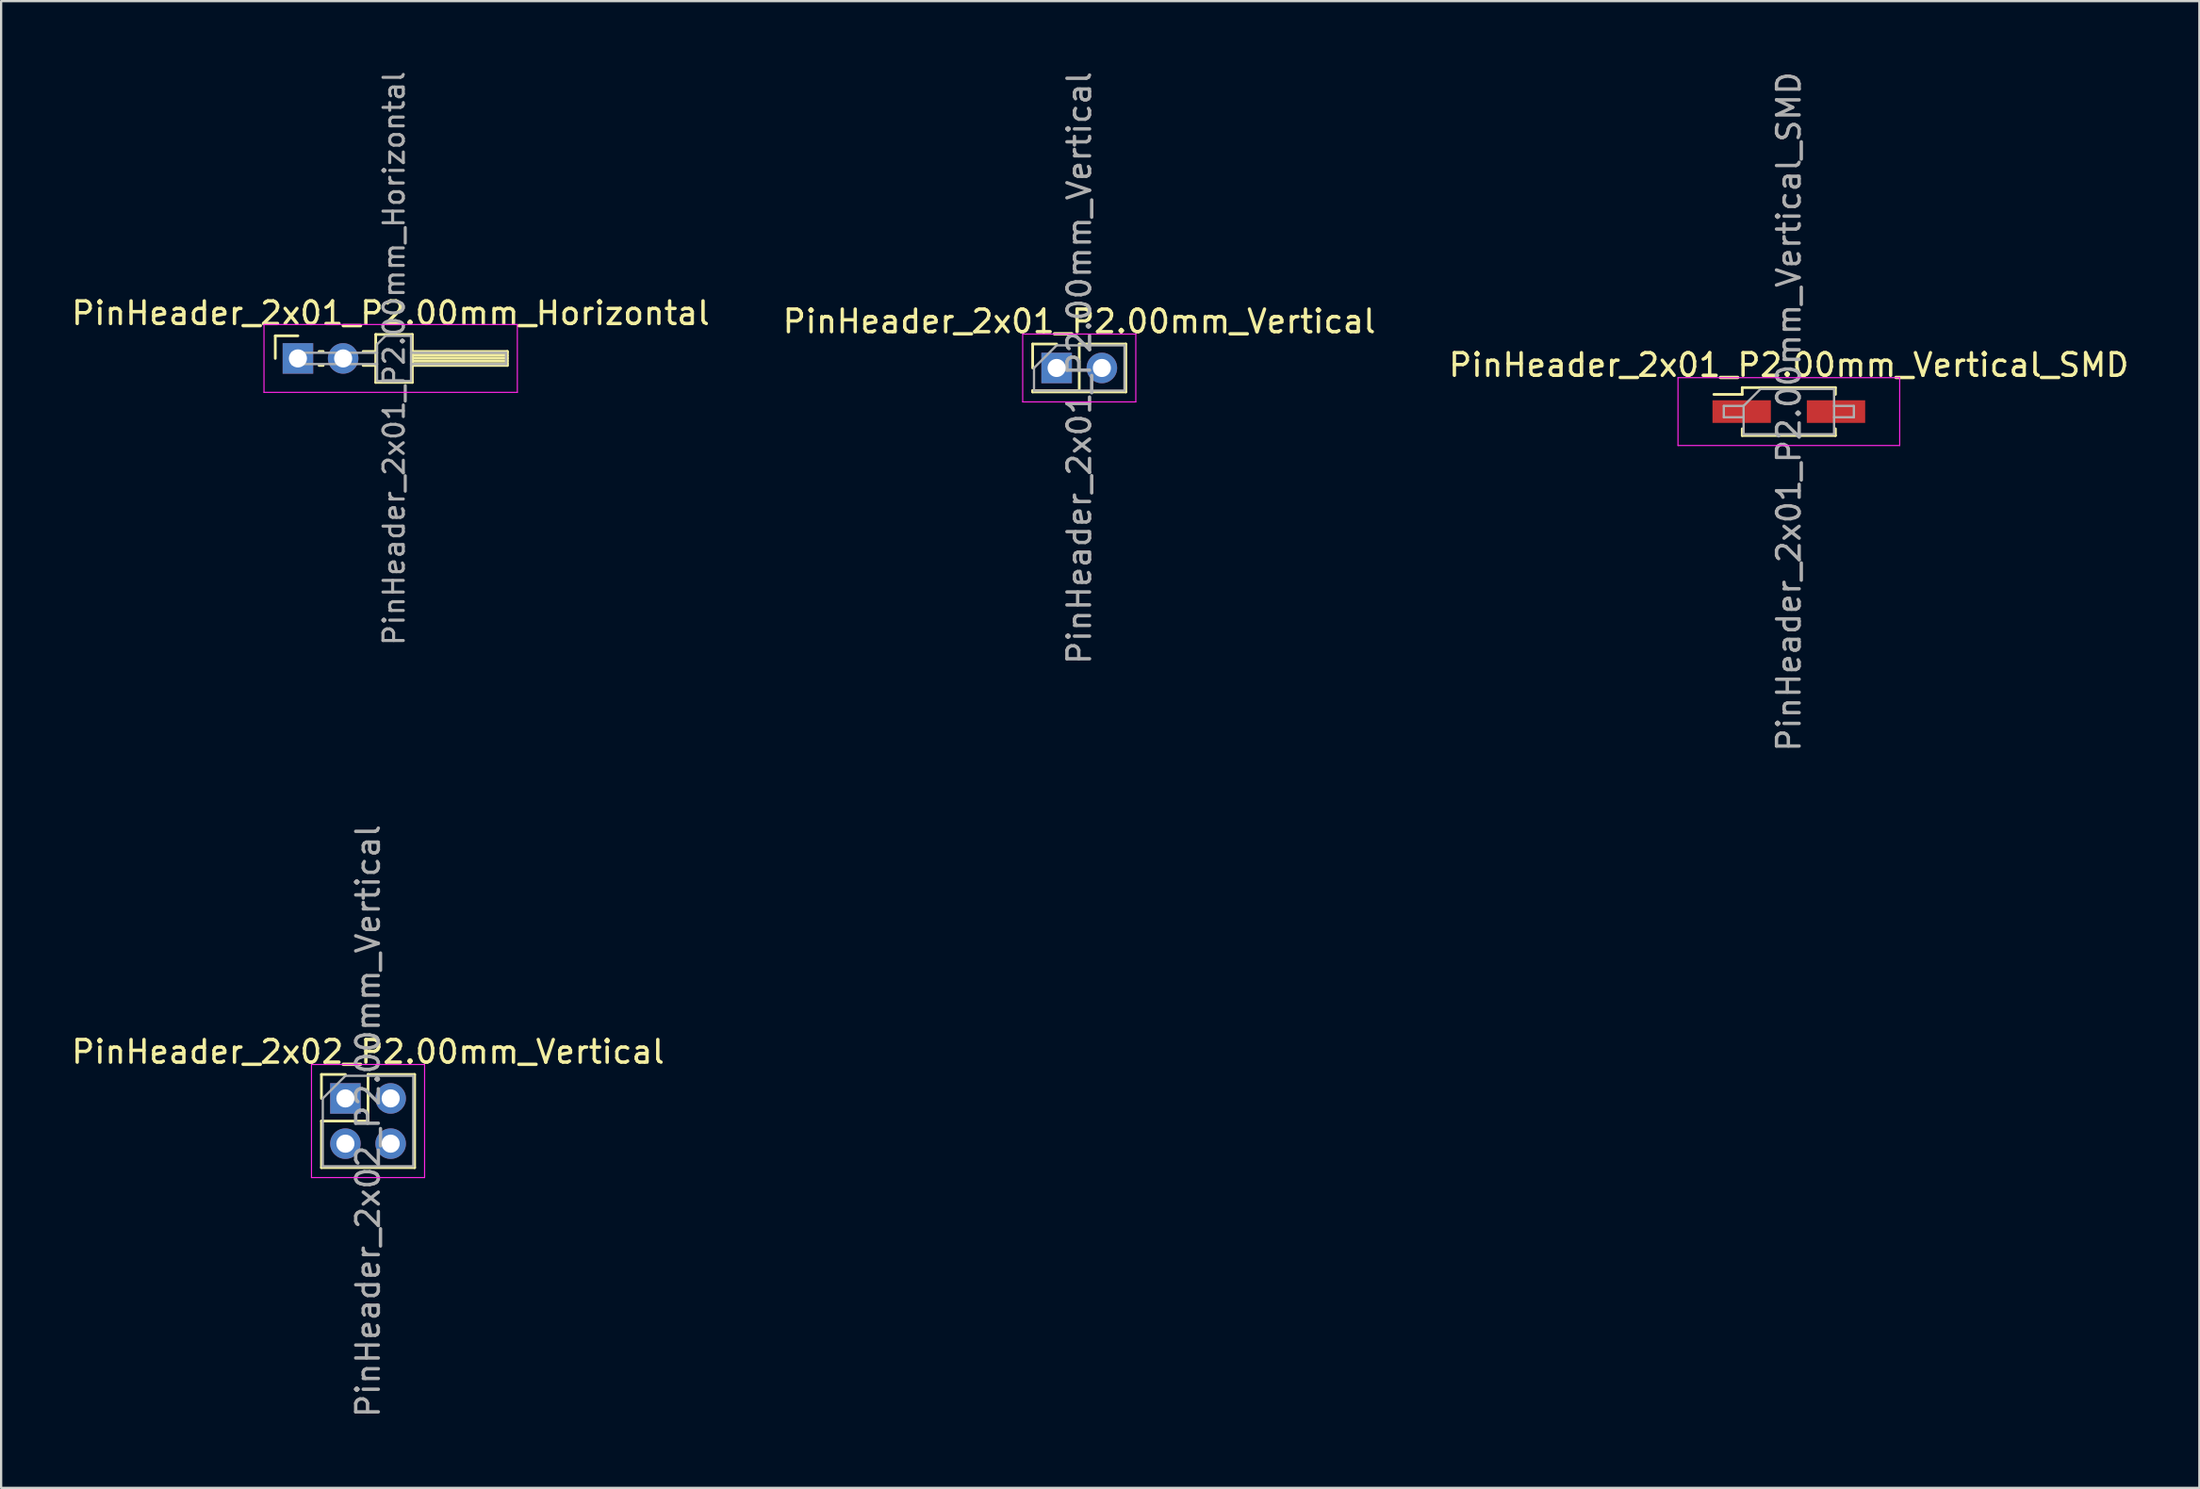
<source format=kicad_pcb>
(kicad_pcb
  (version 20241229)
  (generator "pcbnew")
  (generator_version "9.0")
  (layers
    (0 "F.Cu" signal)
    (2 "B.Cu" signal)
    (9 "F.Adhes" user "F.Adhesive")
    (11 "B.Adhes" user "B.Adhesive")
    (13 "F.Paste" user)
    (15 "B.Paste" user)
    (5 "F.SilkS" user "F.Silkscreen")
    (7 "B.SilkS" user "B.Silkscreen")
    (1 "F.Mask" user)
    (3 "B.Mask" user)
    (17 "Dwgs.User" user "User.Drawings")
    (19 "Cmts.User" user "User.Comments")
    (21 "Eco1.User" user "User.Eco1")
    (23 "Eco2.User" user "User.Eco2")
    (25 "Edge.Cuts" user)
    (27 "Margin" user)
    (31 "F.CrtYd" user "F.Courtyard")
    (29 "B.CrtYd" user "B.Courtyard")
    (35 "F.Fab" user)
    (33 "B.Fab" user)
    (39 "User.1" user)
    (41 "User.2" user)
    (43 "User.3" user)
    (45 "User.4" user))
  (footprint "PinHeader_2x01_P2.00mm_Horizontal"
    (layer "F.Cu")
    (at 10.12 12.798)
    (property "Reference" "PinHeader_2x01_P2.00mm_Horizontal" (at 4.1 -2 0) (layer "F.SilkS") (effects (font (size 1 1) (thickness 0.15))))
    (attr through_hole)
    (fp_line (start -1 -1) (end 0 -1) (stroke (width 0.12) (type solid)) (layer "F.SilkS"))
    (fp_line (start -1 0) (end -1 -1) (stroke (width 0.12) (type solid)) (layer "F.SilkS"))
    (fp_line (start 0.935 -0.31) (end 1.118 -0.31) (stroke (width 0.12) (type solid)) (layer "F.SilkS"))
    (fp_line (start 0.935 0.31) (end 1.118 0.31) (stroke (width 0.12) (type solid)) (layer "F.SilkS"))
    (fp_line (start 2.882 -0.31) (end 3.44 -0.31) (stroke (width 0.12) (type solid)) (layer "F.SilkS"))
    (fp_line (start 2.882 0.31) (end 3.44 0.31) (stroke (width 0.12) (type solid)) (layer "F.SilkS"))
    (fp_line (start 3.44 -1.06) (end 3.44 1.06) (stroke (width 0.12) (type solid)) (layer "F.SilkS"))
    (fp_line (start 3.44 1.06) (end 5.06 1.06) (stroke (width 0.12) (type solid)) (layer "F.SilkS"))
    (fp_line (start 5.06 -1.06) (end 3.44 -1.06) (stroke (width 0.12) (type solid)) (layer "F.SilkS"))
    (fp_line (start 5.06 -0.31) (end 9.26 -0.31) (stroke (width 0.12) (type solid)) (layer "F.SilkS"))
    (fp_line (start 5.06 -0.25) (end 9.26 -0.25) (stroke (width 0.12) (type solid)) (layer "F.SilkS"))
    (fp_line (start 5.06 -0.13) (end 9.26 -0.13) (stroke (width 0.12) (type solid)) (layer "F.SilkS"))
    (fp_line (start 5.06 -0.01) (end 9.26 -0.01) (stroke (width 0.12) (type solid)) (layer "F.SilkS"))
    (fp_line (start 5.06 0.11) (end 9.26 0.11) (stroke (width 0.12) (type solid)) (layer "F.SilkS"))
    (fp_line (start 5.06 0.23) (end 9.26 0.23) (stroke (width 0.12) (type solid)) (layer "F.SilkS"))
    (fp_line (start 5.06 1.06) (end 5.06 -1.06) (stroke (width 0.12) (type solid)) (layer "F.SilkS"))
    (fp_line (start 9.26 -0.31) (end 9.26 0.31) (stroke (width 0.12) (type solid)) (layer "F.SilkS"))
    (fp_line (start 9.26 0.31) (end 5.06 0.31) (stroke (width 0.12) (type solid)) (layer "F.SilkS"))
    (fp_line (start -1.5 -1.5) (end -1.5 1.5) (stroke (width 0.05) (type solid)) (layer "F.CrtYd"))
    (fp_line (start -1.5 1.5) (end 9.7 1.5) (stroke (width 0.05) (type solid)) (layer "F.CrtYd"))
    (fp_line (start 9.7 -1.5) (end -1.5 -1.5) (stroke (width 0.05) (type solid)) (layer "F.CrtYd"))
    (fp_line (start 9.7 1.5) (end 9.7 -1.5) (stroke (width 0.05) (type solid)) (layer "F.CrtYd"))
    (fp_line (start -0.25 -0.25) (end -0.25 0.25) (stroke (width 0.1) (type solid)) (layer "F.Fab"))
    (fp_line (start -0.25 -0.25) (end 3.5 -0.25) (stroke (width 0.1) (type solid)) (layer "F.Fab"))
    (fp_line (start -0.25 0.25) (end 3.5 0.25) (stroke (width 0.1) (type solid)) (layer "F.Fab"))
    (fp_line (start 3.5 -0.625) (end 3.875 -1) (stroke (width 0.1) (type solid)) (layer "F.Fab"))
    (fp_line (start 3.5 1) (end 3.5 -0.625) (stroke (width 0.1) (type solid)) (layer "F.Fab"))
    (fp_line (start 3.875 -1) (end 5 -1) (stroke (width 0.1) (type solid)) (layer "F.Fab"))
    (fp_line (start 5 -1) (end 5 1) (stroke (width 0.1) (type solid)) (layer "F.Fab"))
    (fp_line (start 5 -0.25) (end 9.2 -0.25) (stroke (width 0.1) (type solid)) (layer "F.Fab"))
    (fp_line (start 5 0.25) (end 9.2 0.25) (stroke (width 0.1) (type solid)) (layer "F.Fab"))
    (fp_line (start 5 1) (end 3.5 1) (stroke (width 0.1) (type solid)) (layer "F.Fab"))
    (fp_line (start 9.2 -0.25) (end 9.2 0.25) (stroke (width 0.1) (type solid)) (layer "F.Fab"))
    (fp_text user "${REFERENCE}" (at 4.25 0 90) (layer "F.Fab") (effects (font (size 0.9 0.9) (thickness 0.135))))
    (pad "1" thru_hole rect (at 0 0) (size 1.35 1.35) (drill 0.8) (layers "*.Cu" "*.Mask"))
    (pad "2" thru_hole oval (at 2 0) (size 1.35 1.35) (drill 0.8) (layers "*.Cu" "*.Mask")))
  (footprint "PinHeader_2x01_P2.00mm_Vertical_SMD"
    (layer "F.Cu")
    (at 76.03 15.149)
    (property "Reference" "PinHeader_2x01_P2.00mm_Vertical_SMD" (at 0 -2.06 0) (layer "F.SilkS") (effects (font (size 1 1) (thickness 0.15))))
    (attr smd)
    (fp_line (start -3.315 -0.76) (end -2.06 -0.76) (stroke (width 0.12) (type solid)) (layer "F.SilkS"))
    (fp_line (start -2.06 -1.06) (end -2.06 -0.76) (stroke (width 0.12) (type solid)) (layer "F.SilkS"))
    (fp_line (start -2.06 -1.06) (end 2.06 -1.06) (stroke (width 0.12) (type solid)) (layer "F.SilkS"))
    (fp_line (start -2.06 0.76) (end -2.06 1.06) (stroke (width 0.12) (type solid)) (layer "F.SilkS"))
    (fp_line (start -2.06 1.06) (end 2.06 1.06) (stroke (width 0.12) (type solid)) (layer "F.SilkS"))
    (fp_line (start 2.06 -1.06) (end 2.06 -0.76) (stroke (width 0.12) (type solid)) (layer "F.SilkS"))
    (fp_line (start 2.06 0.76) (end 2.06 1.06) (stroke (width 0.12) (type solid)) (layer "F.SilkS"))
    (fp_line (start -4.9 -1.5) (end -4.9 1.5) (stroke (width 0.05) (type solid)) (layer "F.CrtYd"))
    (fp_line (start -4.9 1.5) (end 4.9 1.5) (stroke (width 0.05) (type solid)) (layer "F.CrtYd"))
    (fp_line (start 4.9 -1.5) (end -4.9 -1.5) (stroke (width 0.05) (type solid)) (layer "F.CrtYd"))
    (fp_line (start 4.9 1.5) (end 4.9 -1.5) (stroke (width 0.05) (type solid)) (layer "F.CrtYd"))
    (fp_line (start -2.875 -0.25) (end -2.875 0.25) (stroke (width 0.1) (type solid)) (layer "F.Fab"))
    (fp_line (start -2.875 0.25) (end -2 0.25) (stroke (width 0.1) (type solid)) (layer "F.Fab"))
    (fp_line (start -2 -0.25) (end -2.875 -0.25) (stroke (width 0.1) (type solid)) (layer "F.Fab"))
    (fp_line (start -2 -0.25) (end -1.25 -1) (stroke (width 0.1) (type solid)) (layer "F.Fab"))
    (fp_line (start -2 1) (end -2 -0.25) (stroke (width 0.1) (type solid)) (layer "F.Fab"))
    (fp_line (start -1.25 -1) (end 2 -1) (stroke (width 0.1) (type solid)) (layer "F.Fab"))
    (fp_line (start 2 -1) (end 2 1) (stroke (width 0.1) (type solid)) (layer "F.Fab"))
    (fp_line (start 2 -0.25) (end 2.875 -0.25) (stroke (width 0.1) (type solid)) (layer "F.Fab"))
    (fp_line (start 2 1) (end -2 1) (stroke (width 0.1) (type solid)) (layer "F.Fab"))
    (fp_line (start 2.875 -0.25) (end 2.875 0.25) (stroke (width 0.1) (type solid)) (layer "F.Fab"))
    (fp_line (start 2.875 0.25) (end 2 0.25) (stroke (width 0.1) (type solid)) (layer "F.Fab"))
    (fp_text user "${REFERENCE}" (at 0 0 90) (layer "F.Fab") (effects (font (size 1 1) (thickness 0.15))))
    (pad "1" smd rect (at -2.085 0) (size 2.58 1) (layers "F.Cu" "F.Mask" "F.Paste"))
    (pad "2" smd rect (at 2.085 0) (size 2.58 1) (layers "F.Cu" "F.Mask" "F.Paste")))
  (footprint "PinHeader_2x02_P2.00mm_Vertical"
    (layer "F.Cu")
    (at 12.22 45.518)
    (property "Reference" "PinHeader_2x02_P2.00mm_Vertical" (at 1 -2.06 0) (layer "F.SilkS") (effects (font (size 1 1) (thickness 0.15))))
    (attr through_hole)
    (fp_line (start -1.06 -1.06) (end 0 -1.06) (stroke (width 0.12) (type solid)) (layer "F.SilkS"))
    (fp_line (start -1.06 0) (end -1.06 -1.06) (stroke (width 0.12) (type solid)) (layer "F.SilkS"))
    (fp_line (start -1.06 1) (end -1.06 3.06) (stroke (width 0.12) (type solid)) (layer "F.SilkS"))
    (fp_line (start -1.06 1) (end 1 1) (stroke (width 0.12) (type solid)) (layer "F.SilkS"))
    (fp_line (start -1.06 3.06) (end 3.06 3.06) (stroke (width 0.12) (type solid)) (layer "F.SilkS"))
    (fp_line (start 1 -1.06) (end 3.06 -1.06) (stroke (width 0.12) (type solid)) (layer "F.SilkS"))
    (fp_line (start 1 1) (end 1 -1.06) (stroke (width 0.12) (type solid)) (layer "F.SilkS"))
    (fp_line (start 3.06 -1.06) (end 3.06 3.06) (stroke (width 0.12) (type solid)) (layer "F.SilkS"))
    (fp_line (start -1.5 -1.5) (end -1.5 3.5) (stroke (width 0.05) (type solid)) (layer "F.CrtYd"))
    (fp_line (start -1.5 3.5) (end 3.5 3.5) (stroke (width 0.05) (type solid)) (layer "F.CrtYd"))
    (fp_line (start 3.5 -1.5) (end -1.5 -1.5) (stroke (width 0.05) (type solid)) (layer "F.CrtYd"))
    (fp_line (start 3.5 3.5) (end 3.5 -1.5) (stroke (width 0.05) (type solid)) (layer "F.CrtYd"))
    (fp_line (start -1 0) (end 0 -1) (stroke (width 0.1) (type solid)) (layer "F.Fab"))
    (fp_line (start -1 3) (end -1 0) (stroke (width 0.1) (type solid)) (layer "F.Fab"))
    (fp_line (start 0 -1) (end 3 -1) (stroke (width 0.1) (type solid)) (layer "F.Fab"))
    (fp_line (start 3 -1) (end 3 3) (stroke (width 0.1) (type solid)) (layer "F.Fab"))
    (fp_line (start 3 3) (end -1 3) (stroke (width 0.1) (type solid)) (layer "F.Fab"))
    (fp_text user "${REFERENCE}" (at 1 1 90) (layer "F.Fab") (effects (font (size 1 1) (thickness 0.15))))
    (pad "1" thru_hole rect (at 0 0) (size 1.35 1.35) (drill 0.8) (layers "*.Cu" "*.Mask"))
    (pad "2" thru_hole oval (at 2 0) (size 1.35 1.35) (drill 0.8) (layers "*.Cu" "*.Mask"))
    (pad "3" thru_hole oval (at 0 2) (size 1.35 1.35) (drill 0.8) (layers "*.Cu" "*.Mask"))
    (pad "4" thru_hole oval (at 2 2) (size 1.35 1.35) (drill 0.8) (layers "*.Cu" "*.Mask")))
  (footprint "PinHeader_2x01_P2.00mm_Vertical"
    (layer "F.Cu")
    (at 43.661 13.22)
    (property "Reference" "PinHeader_2x01_P2.00mm_Vertical" (at 1 -2.06 0) (layer "F.SilkS") (effects (font (size 1 1) (thickness 0.15))))
    (attr through_hole)
    (fp_line (start -1.06 -1.06) (end 0 -1.06) (stroke (width 0.12) (type solid)) (layer "F.SilkS"))
    (fp_line (start -1.06 0) (end -1.06 -1.06) (stroke (width 0.12) (type solid)) (layer "F.SilkS"))
    (fp_line (start -1.06 1) (end -1.06 1.06) (stroke (width 0.12) (type solid)) (layer "F.SilkS"))
    (fp_line (start -1.06 1) (end 1 1) (stroke (width 0.12) (type solid)) (layer "F.SilkS"))
    (fp_line (start -1.06 1.06) (end 3.06 1.06) (stroke (width 0.12) (type solid)) (layer "F.SilkS"))
    (fp_line (start 1 -1.06) (end 3.06 -1.06) (stroke (width 0.12) (type solid)) (layer "F.SilkS"))
    (fp_line (start 1 1) (end 1 -1.06) (stroke (width 0.12) (type solid)) (layer "F.SilkS"))
    (fp_line (start 3.06 -1.06) (end 3.06 1.06) (stroke (width 0.12) (type solid)) (layer "F.SilkS"))
    (fp_line (start -1.5 -1.5) (end -1.5 1.5) (stroke (width 0.05) (type solid)) (layer "F.CrtYd"))
    (fp_line (start -1.5 1.5) (end 3.5 1.5) (stroke (width 0.05) (type solid)) (layer "F.CrtYd"))
    (fp_line (start 3.5 -1.5) (end -1.5 -1.5) (stroke (width 0.05) (type solid)) (layer "F.CrtYd"))
    (fp_line (start 3.5 1.5) (end 3.5 -1.5) (stroke (width 0.05) (type solid)) (layer "F.CrtYd"))
    (fp_line (start -1 0) (end 0 -1) (stroke (width 0.1) (type solid)) (layer "F.Fab"))
    (fp_line (start -1 1) (end -1 0) (stroke (width 0.1) (type solid)) (layer "F.Fab"))
    (fp_line (start 0 -1) (end 3 -1) (stroke (width 0.1) (type solid)) (layer "F.Fab"))
    (fp_line (start 3 -1) (end 3 1) (stroke (width 0.1) (type solid)) (layer "F.Fab"))
    (fp_line (start 3 1) (end -1 1) (stroke (width 0.1) (type solid)) (layer "F.Fab"))
    (fp_text user "${REFERENCE}" (at 1 0 90) (layer "F.Fab") (effects (font (size 1 1) (thickness 0.15))))
    (pad "1" thru_hole rect (at 0 0) (size 1.35 1.35) (drill 0.8) (layers "*.Cu" "*.Mask"))
    (pad "2" thru_hole oval (at 2 0) (size 1.35 1.35) (drill 0.8) (layers "*.Cu" "*.Mask")))
  (gr_rect
    (start -3 -3)
    (end 94.179 62.738)
    (stroke (width 0.1) (type default))
    (fill no)
    (layer "Edge.Cuts")))
</source>
